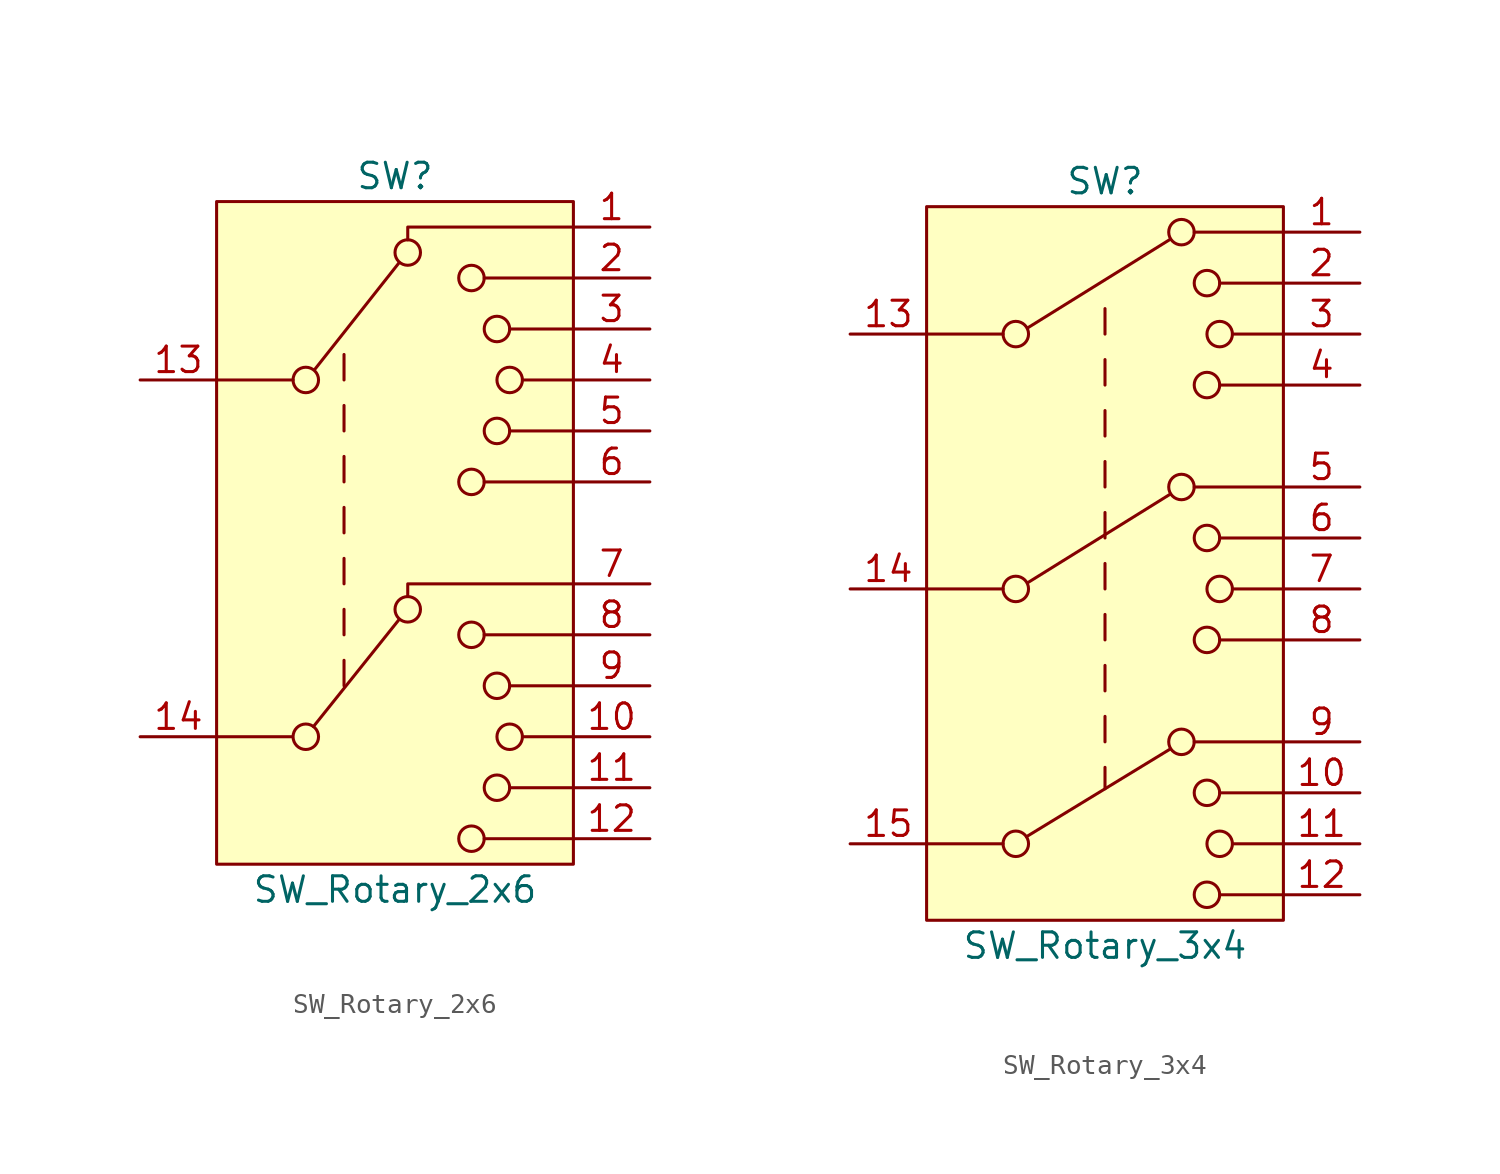
<source format=kicad_sym>
(kicad_symbol_lib
  (version 20220914)
  (generator kicad_symbol_editor)
  (symbol "SW_Rotary_2x6"
    (pin_names
      (offset 1.016) hide)
    (property "Reference" "SW"
      (at 0 17.78 0)
      (effects (font (size 1.27 1.27))))
    (property "Value" "SW_Rotary_2x6"
      (at 0 -17.78 0)
      (effects (font (size 1.27 1.27))))
    (symbol "SW_Rotary_2x6_0_0"
      (circle (center -4.445 -10.16) (radius 0.635) (stroke (width 0) (type default)) (fill (type none)))
      (circle (center -4.445 7.62) (radius 0.635) (stroke (width 0) (type default)) (fill (type none)))
      (polyline (pts (xy -4.064 -9.652) (xy 0.203 -4.318)) (stroke (width 0) (type default)) (fill (type none)))
      (polyline (pts (xy -4.013 8.128) (xy 0.203 13.462)) (stroke (width 0) (type default)) (fill (type none)))
      (polyline (pts (xy -2.54 -7.62) (xy -2.54 -6.35)) (stroke (width 0) (type default)) (fill (type none)))
      (polyline (pts (xy -2.54 -5.08) (xy -2.54 -3.81)) (stroke (width 0) (type default)) (fill (type none)))
      (polyline (pts (xy -2.54 -2.54) (xy -2.54 -1.27)) (stroke (width 0) (type default)) (fill (type none)))
      (polyline (pts (xy -2.54 0) (xy -2.54 1.27)) (stroke (width 0) (type default)) (fill (type none)))
      (polyline (pts (xy -2.54 2.54) (xy -2.54 3.81)) (stroke (width 0) (type default)) (fill (type none)))
      (polyline (pts (xy -2.54 5.08) (xy -2.54 6.35)) (stroke (width 0) (type default)) (fill (type none)))
      (polyline (pts (xy -2.54 7.62) (xy -2.54 8.89)) (stroke (width 0) (type default)) (fill (type none)))
      (polyline (pts (xy 4.445 -5.08) (xy 8.89 -5.08)) (stroke (width 0) (type default)) (fill (type none)))
      (polyline (pts (xy 4.445 12.7) (xy 8.89 12.7)) (stroke (width 0) (type default)) (fill (type none)))
      (polyline (pts (xy 5.715 -12.7) (xy 8.89 -12.7)) (stroke (width 0) (type default)) (fill (type none)))
      (polyline (pts (xy 5.715 -7.62) (xy 8.89 -7.62)) (stroke (width 0) (type default)) (fill (type none)))
      (polyline (pts (xy 5.715 5.08) (xy 8.89 5.08)) (stroke (width 0) (type default)) (fill (type none)))
      (polyline (pts (xy 5.715 10.16) (xy 8.89 10.16)) (stroke (width 0) (type default)) (fill (type none)))
      (polyline (pts (xy 6.35 -10.16) (xy 8.89 -10.16)) (stroke (width 0) (type default)) (fill (type none)))
      (polyline (pts (xy 6.35 7.62) (xy 8.89 7.62)) (stroke (width 0) (type default)) (fill (type none)))
      (polyline (pts (xy 8.89 -15.24) (xy 4.445 -15.24)) (stroke (width 0) (type default)) (fill (type none)))
      (polyline (pts (xy 8.89 2.54) (xy 4.445 2.54)) (stroke (width 0) (type default)) (fill (type none)))
      (polyline (pts (xy 0.635 -3.175) (xy 0.635 -2.54) (xy 8.89 -2.54)) (stroke (width 0) (type default)) (fill (type none)))
      (polyline (pts (xy 0.635 14.605) (xy 0.635 15.24) (xy 8.89 15.24)) (stroke (width 0) (type default)) (fill (type none)))
      (circle (center 0.635 -3.81) (radius 0.635) (stroke (width 0) (type default)) (fill (type none)))
      (circle (center 0.635 13.97) (radius 0.635) (stroke (width 0) (type default)) (fill (type none)))
      (circle (center 3.81 -15.24) (radius 0.635) (stroke (width 0) (type default)) (fill (type none)))
      (circle (center 3.81 -5.08) (radius 0.635) (stroke (width 0) (type default)) (fill (type none)))
      (circle (center 3.81 2.54) (radius 0.635) (stroke (width 0) (type default)) (fill (type none)))
      (circle (center 3.81 12.7) (radius 0.635) (stroke (width 0) (type default)) (fill (type none)))
      (circle (center 5.08 -12.7) (radius 0.635) (stroke (width 0) (type default)) (fill (type none)))
      (circle (center 5.08 -7.62) (radius 0.635) (stroke (width 0) (type default)) (fill (type none)))
      (circle (center 5.08 5.08) (radius 0.635) (stroke (width 0) (type default)) (fill (type none)))
      (circle (center 5.08 10.16) (radius 0.635) (stroke (width 0) (type default)) (fill (type none)))
      (circle (center 5.715 -10.16) (radius 0.635) (stroke (width 0) (type default)) (fill (type none)))
      (circle (center 5.715 7.62) (radius 0.635) (stroke (width 0) (type default)) (fill (type none))))
    (symbol "SW_Rotary_2x6_0_1"
      (polyline (pts (xy -5.131 -10.16) (xy -8.89 -10.16)) (stroke (width 0) (type default)) (fill (type none)))
      (polyline (pts (xy -5.08 7.62) (xy -8.89 7.62)) (stroke (width 0) (type default)) (fill (type none))))
    (symbol "SW_Rotary_2x6_1_1"
      (rectangle (start -8.89 16.51) (end 8.89 -16.51) (stroke (width 0) (type default)) (fill (type background)))
      (pin passive line (at 12.7 15.24 180) (length 3.81) (name "1" (effects (font (size 1.27 1.27)))) (number "1" (effects (font (size 1.27 1.27)))))
      (pin passive line (at 12.7 -10.16 180) (length 3.81) (name "10" (effects (font (size 1.27 1.27)))) (number "10" (effects (font (size 1.27 1.27)))))
      (pin passive line (at 12.7 -12.7 180) (length 3.81) (name "11" (effects (font (size 1.27 1.27)))) (number "11" (effects (font (size 1.27 1.27)))))
      (pin passive line (at 12.7 -15.24 180) (length 3.81) (name "12" (effects (font (size 1.27 1.27)))) (number "12" (effects (font (size 1.27 1.27)))))
      (pin passive line (at -12.7 7.62 0) (length 3.81) (name "13" (effects (font (size 1.27 1.27)))) (number "13" (effects (font (size 1.27 1.27)))))
      (pin passive line (at -12.7 -10.16 0) (length 3.81) (name "14" (effects (font (size 1.27 1.27)))) (number "14" (effects (font (size 1.27 1.27)))))
      (pin passive line (at 12.7 12.7 180) (length 3.81) (name "2" (effects (font (size 1.27 1.27)))) (number "2" (effects (font (size 1.27 1.27)))))
      (pin passive line (at 12.7 10.16 180) (length 3.81) (name "3" (effects (font (size 1.27 1.27)))) (number "3" (effects (font (size 1.27 1.27)))))
      (pin passive line (at 12.7 7.62 180) (length 3.81) (name "4" (effects (font (size 1.27 1.27)))) (number "4" (effects (font (size 1.27 1.27)))))
      (pin passive line (at 12.7 5.08 180) (length 3.81) (name "5" (effects (font (size 1.27 1.27)))) (number "5" (effects (font (size 1.27 1.27)))))
      (pin passive line (at 12.7 2.54 180) (length 3.81) (name "6" (effects (font (size 1.27 1.27)))) (number "6" (effects (font (size 1.27 1.27)))))
      (pin passive line (at 12.7 -2.54 180) (length 3.81) (name "7" (effects (font (size 1.27 1.27)))) (number "7" (effects (font (size 1.27 1.27)))))
      (pin passive line (at 12.7 -5.08 180) (length 3.81) (name "8" (effects (font (size 1.27 1.27)))) (number "8" (effects (font (size 1.27 1.27)))))
      (pin passive line (at 12.7 -7.62 180) (length 3.81) (name "9" (effects (font (size 1.27 1.27)))) (number "9" (effects (font (size 1.27 1.27)))))))
  (symbol "SW_Rotary_3x4"
    (pin_names
      (offset 1.016) hide)
    (property "Reference" "SW"
      (at 0 20.32 0)
      (effects (font (size 1.27 1.27))))
    (property "Value" "SW_Rotary_3x4"
      (at 0 -17.78 0)
      (effects (font (size 1.27 1.27))))
    (symbol "SW_Rotary_3x4_0_0"
      (circle (center -4.445 -12.7) (radius 0.635) (stroke (width 0) (type default)) (fill (type none)))
      (circle (center -4.445 0) (radius 0.635) (stroke (width 0) (type default)) (fill (type none)))
      (circle (center -4.445 12.7) (radius 0.635) (stroke (width 0) (type default)) (fill (type none)))
      (polyline (pts (xy -3.912 -12.344) (xy 3.251 -7.976)) (stroke (width 0) (type default)) (fill (type none)))
      (polyline (pts (xy -3.861 0.305) (xy 3.251 4.724)) (stroke (width 0) (type default)) (fill (type none)))
      (polyline (pts (xy -3.861 13.005) (xy 3.251 17.424)) (stroke (width 0) (type default)) (fill (type none)))
      (polyline (pts (xy 0 -9.957) (xy 0 -8.89)) (stroke (width 0) (type default)) (fill (type none)))
      (polyline (pts (xy 0 -7.62) (xy 0 -6.35)) (stroke (width 0) (type default)) (fill (type none)))
      (polyline (pts (xy 0 -5.08) (xy 0 -3.81)) (stroke (width 0) (type default)) (fill (type none)))
      (polyline (pts (xy 0 -2.54) (xy 0 -1.27)) (stroke (width 0) (type default)) (fill (type none)))
      (polyline (pts (xy 0 0) (xy 0 1.27)) (stroke (width 0) (type default)) (fill (type none)))
      (polyline (pts (xy 0 2.54) (xy 0 3.81)) (stroke (width 0) (type default)) (fill (type none)))
      (polyline (pts (xy 0 5.08) (xy 0 6.35)) (stroke (width 0) (type default)) (fill (type none)))
      (polyline (pts (xy 0 7.62) (xy 0 8.89)) (stroke (width 0) (type default)) (fill (type none)))
      (polyline (pts (xy 0 10.16) (xy 0 11.43)) (stroke (width 0) (type default)) (fill (type none)))
      (polyline (pts (xy 0 12.7) (xy 0 13.97)) (stroke (width 0) (type default)) (fill (type none)))
      (polyline (pts (xy 4.445 -7.62) (xy 8.89 -7.62)) (stroke (width 0) (type default)) (fill (type none)))
      (polyline (pts (xy 4.445 5.08) (xy 8.89 5.08)) (stroke (width 0) (type default)) (fill (type none)))
      (polyline (pts (xy 4.445 17.78) (xy 8.89 17.78)) (stroke (width 0) (type default)) (fill (type none)))
      (polyline (pts (xy 5.715 -15.24) (xy 8.89 -15.24)) (stroke (width 0) (type default)) (fill (type none)))
      (polyline (pts (xy 5.715 -10.16) (xy 8.89 -10.16)) (stroke (width 0) (type default)) (fill (type none)))
      (polyline (pts (xy 5.715 -2.54) (xy 8.89 -2.54)) (stroke (width 0) (type default)) (fill (type none)))
      (polyline (pts (xy 5.715 2.54) (xy 8.89 2.54)) (stroke (width 0) (type default)) (fill (type none)))
      (polyline (pts (xy 5.715 10.16) (xy 8.89 10.16)) (stroke (width 0) (type default)) (fill (type none)))
      (polyline (pts (xy 5.715 15.24) (xy 8.89 15.24)) (stroke (width 0) (type default)) (fill (type none)))
      (polyline (pts (xy 6.35 -12.7) (xy 8.89 -12.7)) (stroke (width 0) (type default)) (fill (type none)))
      (polyline (pts (xy 6.35 0) (xy 8.89 0)) (stroke (width 0) (type default)) (fill (type none)))
      (polyline (pts (xy 6.35 12.7) (xy 8.89 12.7)) (stroke (width 0) (type default)) (fill (type none)))
      (circle (center 3.81 -7.62) (radius 0.635) (stroke (width 0) (type default)) (fill (type none)))
      (circle (center 3.81 5.08) (radius 0.635) (stroke (width 0) (type default)) (fill (type none)))
      (circle (center 3.81 17.78) (radius 0.635) (stroke (width 0) (type default)) (fill (type none)))
      (circle (center 5.08 -15.24) (radius 0.635) (stroke (width 0) (type default)) (fill (type none)))
      (circle (center 5.08 -10.16) (radius 0.635) (stroke (width 0) (type default)) (fill (type none)))
      (circle (center 5.08 -2.54) (radius 0.635) (stroke (width 0) (type default)) (fill (type none)))
      (circle (center 5.08 2.54) (radius 0.635) (stroke (width 0) (type default)) (fill (type none)))
      (circle (center 5.08 10.16) (radius 0.635) (stroke (width 0) (type default)) (fill (type none)))
      (circle (center 5.08 15.24) (radius 0.635) (stroke (width 0) (type default)) (fill (type none)))
      (circle (center 5.715 -12.7) (radius 0.635) (stroke (width 0) (type default)) (fill (type none)))
      (circle (center 5.715 0) (radius 0.635) (stroke (width 0) (type default)) (fill (type none)))
      (circle (center 5.715 12.7) (radius 0.635) (stroke (width 0) (type default)) (fill (type none))))
    (symbol "SW_Rotary_3x4_0_1"
      (polyline (pts (xy -5.08 -12.7) (xy -8.89 -12.7)) (stroke (width 0) (type default)) (fill (type none)))
      (polyline (pts (xy -5.08 0) (xy -8.89 0)) (stroke (width 0) (type default)) (fill (type none)))
      (polyline (pts (xy -5.08 12.7) (xy -8.89 12.7)) (stroke (width 0) (type default)) (fill (type none))))
    (symbol "SW_Rotary_3x4_1_1"
      (rectangle (start -8.89 19.05) (end 8.89 -16.51) (stroke (width 0) (type default)) (fill (type background)))
      (pin passive line (at 12.7 17.78 180) (length 3.81) (name "1" (effects (font (size 1.27 1.27)))) (number "1" (effects (font (size 1.27 1.27)))))
      (pin passive line (at 12.7 -10.16 180) (length 3.81) (name "10" (effects (font (size 1.27 1.27)))) (number "10" (effects (font (size 1.27 1.27)))))
      (pin passive line (at 12.7 -12.7 180) (length 3.81) (name "11" (effects (font (size 1.27 1.27)))) (number "11" (effects (font (size 1.27 1.27)))))
      (pin passive line (at 12.7 -15.24 180) (length 3.81) (name "12" (effects (font (size 1.27 1.27)))) (number "12" (effects (font (size 1.27 1.27)))))
      (pin passive line (at -12.7 12.7 0) (length 3.81) (name "13" (effects (font (size 1.27 1.27)))) (number "13" (effects (font (size 1.27 1.27)))))
      (pin passive line (at -12.7 0 0) (length 3.81) (name "14" (effects (font (size 1.27 1.27)))) (number "14" (effects (font (size 1.27 1.27)))))
      (pin passive line (at -12.7 -12.7 0) (length 3.81) (name "15" (effects (font (size 1.27 1.27)))) (number "15" (effects (font (size 1.27 1.27)))))
      (pin passive line (at 12.7 15.24 180) (length 3.81) (name "2" (effects (font (size 1.27 1.27)))) (number "2" (effects (font (size 1.27 1.27)))))
      (pin passive line (at 12.7 12.7 180) (length 3.81) (name "3" (effects (font (size 1.27 1.27)))) (number "3" (effects (font (size 1.27 1.27)))))
      (pin passive line (at 12.7 10.16 180) (length 3.81) (name "4" (effects (font (size 1.27 1.27)))) (number "4" (effects (font (size 1.27 1.27)))))
      (pin passive line (at 12.7 5.08 180) (length 3.81) (name "5" (effects (font (size 1.27 1.27)))) (number "5" (effects (font (size 1.27 1.27)))))
      (pin passive line (at 12.7 2.54 180) (length 3.81) (name "6" (effects (font (size 1.27 1.27)))) (number "6" (effects (font (size 1.27 1.27)))))
      (pin passive line (at 12.7 0 180) (length 3.81) (name "7" (effects (font (size 1.27 1.27)))) (number "7" (effects (font (size 1.27 1.27)))))
      (pin passive line (at 12.7 -2.54 180) (length 3.81) (name "8" (effects (font (size 1.27 1.27)))) (number "8" (effects (font (size 1.27 1.27)))))
      (pin passive line (at 12.7 -7.62 180) (length 3.81) (name "9" (effects (font (size 1.27 1.27)))) (number "9" (effects (font (size 1.27 1.27))))))))
</source>
